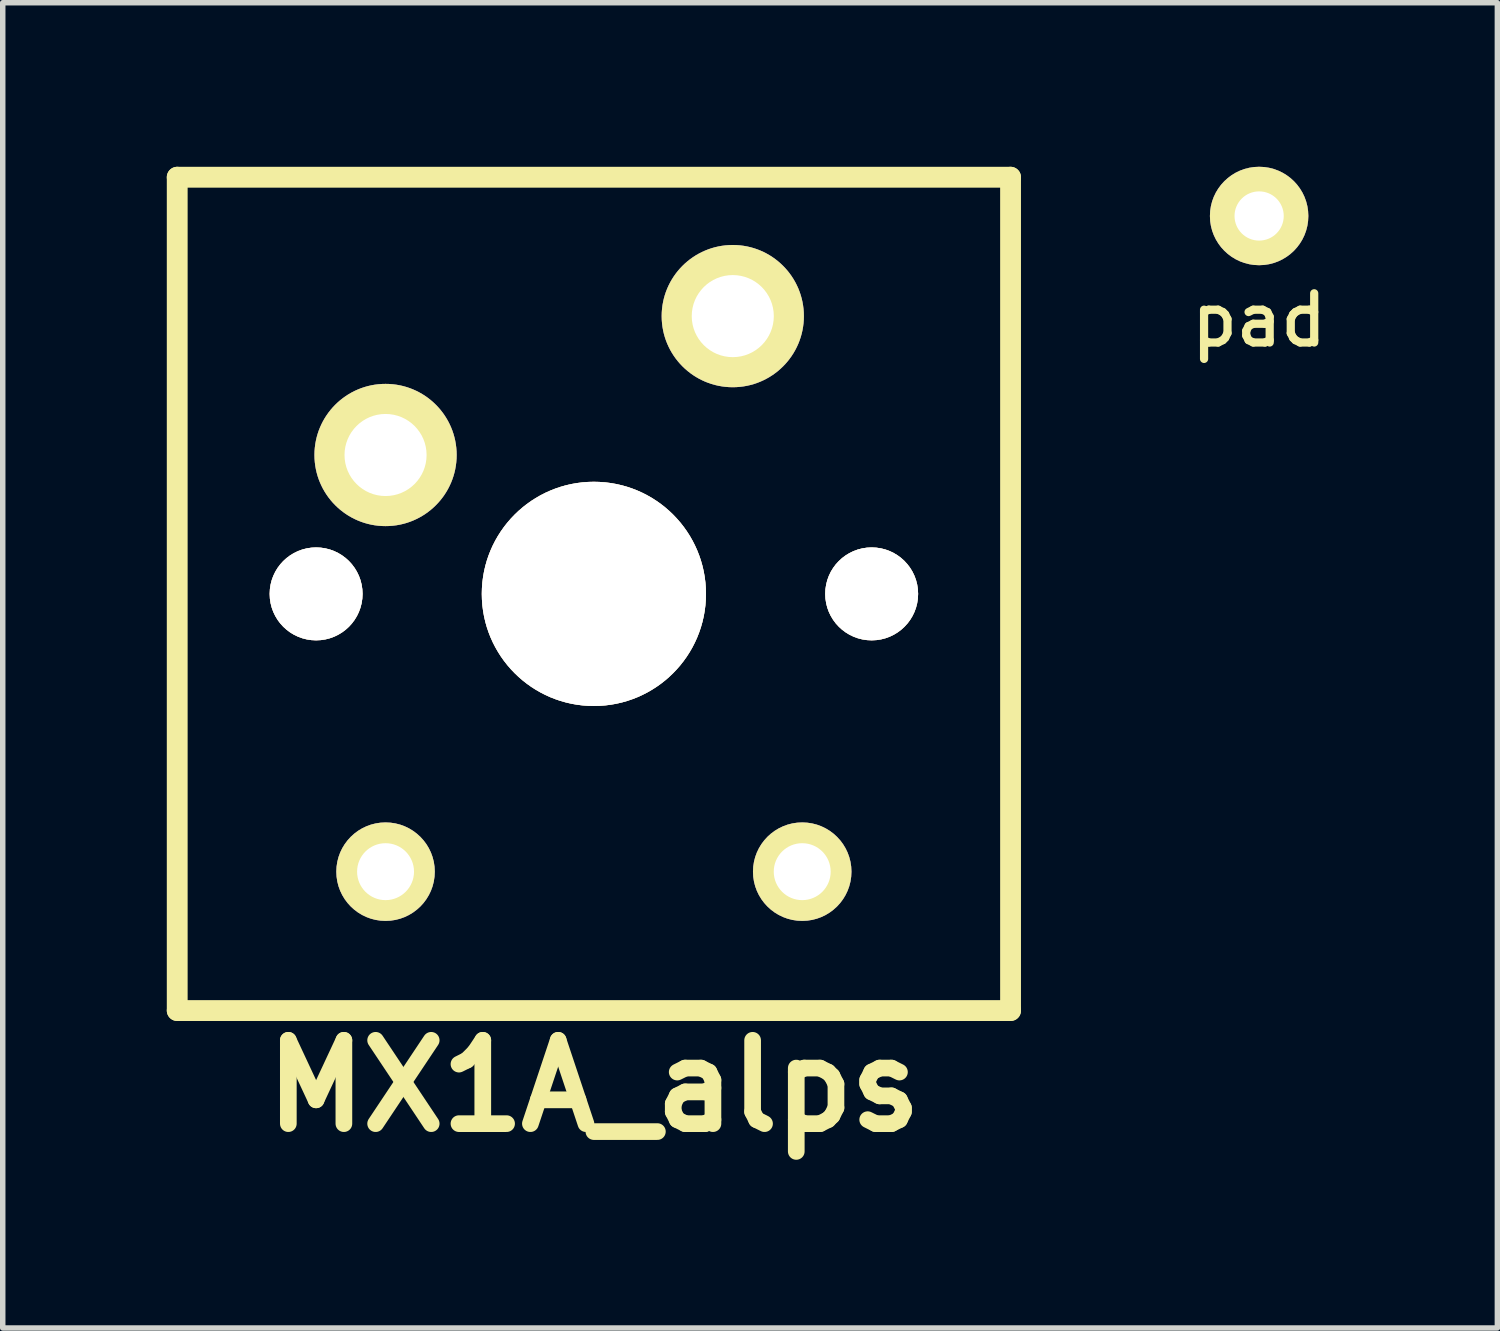
<source format=kicad_pcb>
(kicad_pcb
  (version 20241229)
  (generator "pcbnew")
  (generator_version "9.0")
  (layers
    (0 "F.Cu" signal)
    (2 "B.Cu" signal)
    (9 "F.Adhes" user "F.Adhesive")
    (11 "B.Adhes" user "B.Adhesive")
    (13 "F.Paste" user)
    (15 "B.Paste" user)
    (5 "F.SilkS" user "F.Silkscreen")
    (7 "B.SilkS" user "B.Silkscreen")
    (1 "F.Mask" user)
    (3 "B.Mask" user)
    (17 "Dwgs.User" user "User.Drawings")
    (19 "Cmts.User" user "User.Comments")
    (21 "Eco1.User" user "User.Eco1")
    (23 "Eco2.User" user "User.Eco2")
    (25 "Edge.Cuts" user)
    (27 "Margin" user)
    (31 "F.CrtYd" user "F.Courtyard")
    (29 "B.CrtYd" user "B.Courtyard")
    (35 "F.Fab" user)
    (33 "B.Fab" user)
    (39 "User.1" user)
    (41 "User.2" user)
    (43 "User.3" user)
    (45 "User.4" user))
  (footprint "pad"
    (layer "F.Cu")
    (at 19.977 0.9)
    (property "Reference" "pad" (at 0 1.905 0) (layer "F.SilkS") (effects (font (size 0.9 0.9) (thickness 0.15))))
    (attr through_hole)
    (pad "1" thru_hole circle (at 0 0) (size 1.8 1.8) (drill 0.9) (layers "*.Cu" "*.Mask" "F.SilkS")))
  (footprint "MX1A_alps"
    (layer "F.Cu")
    (at 7.811 7.811)
    (property "Reference" "MX1A_alps" (at 0 8.999 0) (layer "F.SilkS") (effects (font (size 1.524 1.524) (thickness 0.305))))
    (attr through_hole)
    (fp_line (start -7.62 -7.62) (end 7.62 -7.62) (stroke (width 0.381) (type solid)) (layer "F.SilkS"))
    (fp_line (start -7.62 7.62) (end -7.62 -7.62) (stroke (width 0.381) (type solid)) (layer "F.SilkS"))
    (fp_line (start 7.62 -7.62) (end 7.62 7.62) (stroke (width 0.381) (type solid)) (layer "F.SilkS"))
    (fp_line (start 7.62 7.62) (end -7.62 7.62) (stroke (width 0.381) (type solid)) (layer "F.SilkS"))
    (pad "" thru_hole circle (at -5.08 0) (size 1.699 1.699) (drill 1.699) (layers "*.Cu" "*.Mask" "F.SilkS"))
    (pad "" thru_hole circle (at 5.08 0) (size 1.699 1.699) (drill 1.699) (layers "*.Cu" "*.Mask" "F.SilkS"))
    (pad "0" thru_hole circle (at 0 0) (size 4.1 4.1) (drill 4.1) (layers "*.Cu" "*.Mask" "F.SilkS"))
    (pad "1" thru_hole circle (at -3.81 -2.54) (size 2.601 2.601) (drill 1.501) (layers "*.Cu" "*.Mask" "F.SilkS"))
    (pad "2" thru_hole circle (at 2.54 -5.08) (size 2.601 2.601) (drill 1.501) (layers "*.Cu" "*.Mask" "F.SilkS"))
    (pad "3" thru_hole circle (at 3.81 5.08) (size 1.801 1.801) (drill 1.041) (layers "*.Cu" "*.Mask" "F.SilkS"))
    (pad "4" thru_hole circle (at -3.81 5.08) (size 1.801 1.801) (drill 1.041) (layers "*.Cu" "*.Mask" "F.SilkS")))
  (gr_rect
    (start -3 -3)
    (end 24.334 21.236)
    (stroke (width 0.1) (type default))
    (fill no)
    (layer "Edge.Cuts")))
</source>
